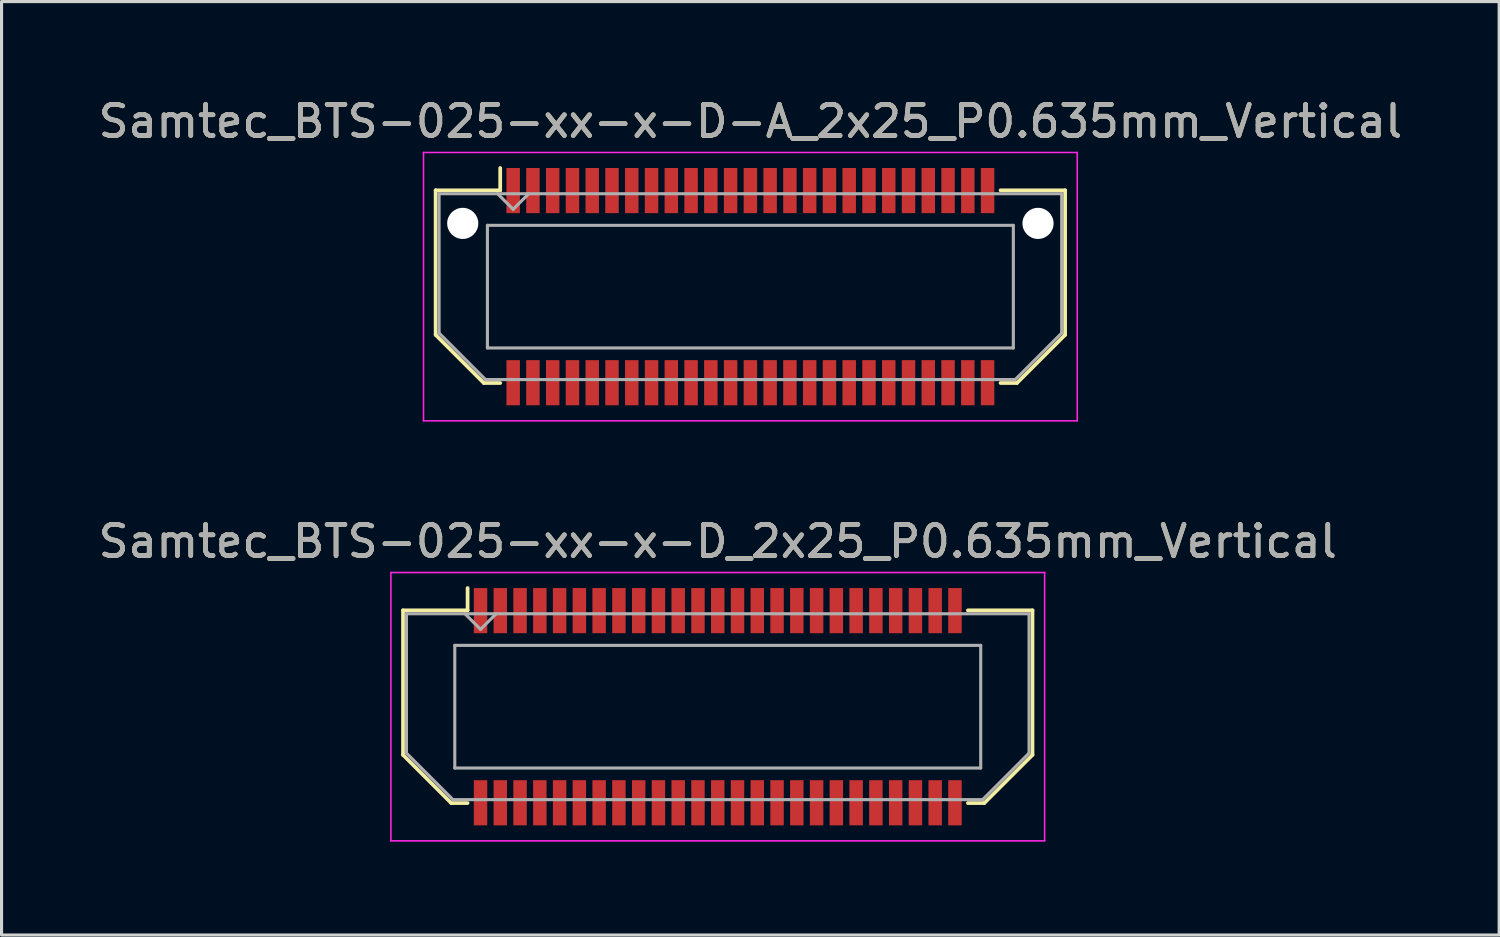
<source format=kicad_pcb>
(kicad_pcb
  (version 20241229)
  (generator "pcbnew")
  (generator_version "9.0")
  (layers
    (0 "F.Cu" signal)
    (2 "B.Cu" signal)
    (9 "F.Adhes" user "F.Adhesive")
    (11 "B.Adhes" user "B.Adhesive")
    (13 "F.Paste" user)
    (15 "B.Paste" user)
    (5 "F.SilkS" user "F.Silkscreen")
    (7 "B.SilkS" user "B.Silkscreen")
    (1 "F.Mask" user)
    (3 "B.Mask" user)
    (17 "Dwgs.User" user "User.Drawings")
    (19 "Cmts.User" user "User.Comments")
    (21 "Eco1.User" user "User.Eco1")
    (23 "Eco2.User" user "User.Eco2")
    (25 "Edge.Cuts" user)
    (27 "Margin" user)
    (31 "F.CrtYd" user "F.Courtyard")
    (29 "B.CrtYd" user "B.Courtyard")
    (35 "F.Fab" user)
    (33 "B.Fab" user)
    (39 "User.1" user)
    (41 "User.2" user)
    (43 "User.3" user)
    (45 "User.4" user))
  (footprint "Samtec_BTS-025-xx-x-D_2x25_P0.635mm_Vertical"
    (layer "F.Cu")
    (at 20.006 19.651)
    (property "Reference" "Samtec_BTS-025-xx-x-D_2x25_P0.635mm_Vertical" (at 0 -5.31 0) (layer "F.SilkS") (effects (font (size 1 1) (thickness 0.15))))
    (attr smd)
    (fp_line (start -10.11 -3.095) (end -10.11 1.548) (stroke (width 0.12) (type solid)) (layer "F.SilkS"))
    (fp_line (start -10.11 1.548) (end -8.562 3.095) (stroke (width 0.12) (type solid)) (layer "F.SilkS"))
    (fp_line (start -8.562 3.095) (end -8.036 3.095) (stroke (width 0.12) (type solid)) (layer "F.SilkS"))
    (fp_line (start -8.036 -3.811) (end -8.036 -3.095) (stroke (width 0.12) (type solid)) (layer "F.SilkS"))
    (fp_line (start -8.036 -3.095) (end -10.11 -3.095) (stroke (width 0.12) (type solid)) (layer "F.SilkS"))
    (fp_line (start 8.036 -3.095) (end 10.11 -3.095) (stroke (width 0.12) (type solid)) (layer "F.SilkS"))
    (fp_line (start 8.562 3.095) (end 8.036 3.095) (stroke (width 0.12) (type solid)) (layer "F.SilkS"))
    (fp_line (start 10.11 -3.095) (end 10.11 1.548) (stroke (width 0.12) (type solid)) (layer "F.SilkS"))
    (fp_line (start 10.11 1.548) (end 8.562 3.095) (stroke (width 0.12) (type solid)) (layer "F.SilkS"))
    (fp_line (start -10.5 -4.31) (end -10.5 4.31) (stroke (width 0.05) (type solid)) (layer "F.CrtYd"))
    (fp_line (start -10.5 4.31) (end 10.5 4.31) (stroke (width 0.05) (type solid)) (layer "F.CrtYd"))
    (fp_line (start 10.5 -4.31) (end -10.5 -4.31) (stroke (width 0.05) (type solid)) (layer "F.CrtYd"))
    (fp_line (start 10.5 4.31) (end 10.5 -4.31) (stroke (width 0.05) (type solid)) (layer "F.CrtYd"))
    (fp_line (start -10 -2.985) (end -10 1.492) (stroke (width 0.1) (type solid)) (layer "F.Fab"))
    (fp_line (start -10 -2.985) (end 10 -2.985) (stroke (width 0.1) (type solid)) (layer "F.Fab"))
    (fp_line (start -10 1.492) (end -8.508 2.985) (stroke (width 0.1) (type solid)) (layer "F.Fab"))
    (fp_line (start -8.508 2.985) (end 8.508 2.985) (stroke (width 0.1) (type solid)) (layer "F.Fab"))
    (fp_line (start -8.447 -1.97) (end -8.447 1.97) (stroke (width 0.1) (type solid)) (layer "F.Fab"))
    (fp_line (start -8.447 1.97) (end 8.447 1.97) (stroke (width 0.1) (type solid)) (layer "F.Fab"))
    (fp_line (start -7.62 -2.485) (end -8.12 -2.985) (stroke (width 0.1) (type solid)) (layer "F.Fab"))
    (fp_line (start -7.12 -2.985) (end -7.62 -2.485) (stroke (width 0.1) (type solid)) (layer "F.Fab"))
    (fp_line (start 8.447 -1.97) (end -8.447 -1.97) (stroke (width 0.1) (type solid)) (layer "F.Fab"))
    (fp_line (start 8.447 1.97) (end 8.447 -1.97) (stroke (width 0.1) (type solid)) (layer "F.Fab"))
    (fp_line (start 10 -2.985) (end 10 1.492) (stroke (width 0.1) (type solid)) (layer "F.Fab"))
    (fp_line (start 10 1.492) (end 8.508 2.985) (stroke (width 0.1) (type solid)) (layer "F.Fab"))
    (fp_text user "${REFERENCE}" (at 0 -5.31 0) (layer "F.Fab") (effects (font (size 1 1) (thickness 0.15))))
    (pad "1" smd rect (at -7.62 -3.086) (size 0.432 1.45) (layers "F.Cu" "F.Mask" "F.Paste"))
    (pad "2" smd rect (at -7.62 3.086) (size 0.432 1.45) (layers "F.Cu" "F.Mask" "F.Paste"))
    (pad "3" smd rect (at -6.985 -3.086) (size 0.432 1.45) (layers "F.Cu" "F.Mask" "F.Paste"))
    (pad "4" smd rect (at -6.985 3.086) (size 0.432 1.45) (layers "F.Cu" "F.Mask" "F.Paste"))
    (pad "5" smd rect (at -6.35 -3.086) (size 0.432 1.45) (layers "F.Cu" "F.Mask" "F.Paste"))
    (pad "6" smd rect (at -6.35 3.086) (size 0.432 1.45) (layers "F.Cu" "F.Mask" "F.Paste"))
    (pad "7" smd rect (at -5.715 -3.086) (size 0.432 1.45) (layers "F.Cu" "F.Mask" "F.Paste"))
    (pad "8" smd rect (at -5.715 3.086) (size 0.432 1.45) (layers "F.Cu" "F.Mask" "F.Paste"))
    (pad "9" smd rect (at -5.08 -3.086) (size 0.432 1.45) (layers "F.Cu" "F.Mask" "F.Paste"))
    (pad "10" smd rect (at -5.08 3.086) (size 0.432 1.45) (layers "F.Cu" "F.Mask" "F.Paste"))
    (pad "11" smd rect (at -4.445 -3.086) (size 0.432 1.45) (layers "F.Cu" "F.Mask" "F.Paste"))
    (pad "12" smd rect (at -4.445 3.086) (size 0.432 1.45) (layers "F.Cu" "F.Mask" "F.Paste"))
    (pad "13" smd rect (at -3.81 -3.086) (size 0.432 1.45) (layers "F.Cu" "F.Mask" "F.Paste"))
    (pad "14" smd rect (at -3.81 3.086) (size 0.432 1.45) (layers "F.Cu" "F.Mask" "F.Paste"))
    (pad "15" smd rect (at -3.175 -3.086) (size 0.432 1.45) (layers "F.Cu" "F.Mask" "F.Paste"))
    (pad "16" smd rect (at -3.175 3.086) (size 0.432 1.45) (layers "F.Cu" "F.Mask" "F.Paste"))
    (pad "17" smd rect (at -2.54 -3.086) (size 0.432 1.45) (layers "F.Cu" "F.Mask" "F.Paste"))
    (pad "18" smd rect (at -2.54 3.086) (size 0.432 1.45) (layers "F.Cu" "F.Mask" "F.Paste"))
    (pad "19" smd rect (at -1.905 -3.086) (size 0.432 1.45) (layers "F.Cu" "F.Mask" "F.Paste"))
    (pad "20" smd rect (at -1.905 3.086) (size 0.432 1.45) (layers "F.Cu" "F.Mask" "F.Paste"))
    (pad "21" smd rect (at -1.27 -3.086) (size 0.432 1.45) (layers "F.Cu" "F.Mask" "F.Paste"))
    (pad "22" smd rect (at -1.27 3.086) (size 0.432 1.45) (layers "F.Cu" "F.Mask" "F.Paste"))
    (pad "23" smd rect (at -0.635 -3.086) (size 0.432 1.45) (layers "F.Cu" "F.Mask" "F.Paste"))
    (pad "24" smd rect (at -0.635 3.086) (size 0.432 1.45) (layers "F.Cu" "F.Mask" "F.Paste"))
    (pad "25" smd rect (at 0 -3.086) (size 0.432 1.45) (layers "F.Cu" "F.Mask" "F.Paste"))
    (pad "26" smd rect (at 0 3.086) (size 0.432 1.45) (layers "F.Cu" "F.Mask" "F.Paste"))
    (pad "27" smd rect (at 0.635 -3.086) (size 0.432 1.45) (layers "F.Cu" "F.Mask" "F.Paste"))
    (pad "28" smd rect (at 0.635 3.086) (size 0.432 1.45) (layers "F.Cu" "F.Mask" "F.Paste"))
    (pad "29" smd rect (at 1.27 -3.086) (size 0.432 1.45) (layers "F.Cu" "F.Mask" "F.Paste"))
    (pad "30" smd rect (at 1.27 3.086) (size 0.432 1.45) (layers "F.Cu" "F.Mask" "F.Paste"))
    (pad "31" smd rect (at 1.905 -3.086) (size 0.432 1.45) (layers "F.Cu" "F.Mask" "F.Paste"))
    (pad "32" smd rect (at 1.905 3.086) (size 0.432 1.45) (layers "F.Cu" "F.Mask" "F.Paste"))
    (pad "33" smd rect (at 2.54 -3.086) (size 0.432 1.45) (layers "F.Cu" "F.Mask" "F.Paste"))
    (pad "34" smd rect (at 2.54 3.086) (size 0.432 1.45) (layers "F.Cu" "F.Mask" "F.Paste"))
    (pad "35" smd rect (at 3.175 -3.086) (size 0.432 1.45) (layers "F.Cu" "F.Mask" "F.Paste"))
    (pad "36" smd rect (at 3.175 3.086) (size 0.432 1.45) (layers "F.Cu" "F.Mask" "F.Paste"))
    (pad "37" smd rect (at 3.81 -3.086) (size 0.432 1.45) (layers "F.Cu" "F.Mask" "F.Paste"))
    (pad "38" smd rect (at 3.81 3.086) (size 0.432 1.45) (layers "F.Cu" "F.Mask" "F.Paste"))
    (pad "39" smd rect (at 4.445 -3.086) (size 0.432 1.45) (layers "F.Cu" "F.Mask" "F.Paste"))
    (pad "40" smd rect (at 4.445 3.086) (size 0.432 1.45) (layers "F.Cu" "F.Mask" "F.Paste"))
    (pad "41" smd rect (at 5.08 -3.086) (size 0.432 1.45) (layers "F.Cu" "F.Mask" "F.Paste"))
    (pad "42" smd rect (at 5.08 3.086) (size 0.432 1.45) (layers "F.Cu" "F.Mask" "F.Paste"))
    (pad "43" smd rect (at 5.715 -3.086) (size 0.432 1.45) (layers "F.Cu" "F.Mask" "F.Paste"))
    (pad "44" smd rect (at 5.715 3.086) (size 0.432 1.45) (layers "F.Cu" "F.Mask" "F.Paste"))
    (pad "45" smd rect (at 6.35 -3.086) (size 0.432 1.45) (layers "F.Cu" "F.Mask" "F.Paste"))
    (pad "46" smd rect (at 6.35 3.086) (size 0.432 1.45) (layers "F.Cu" "F.Mask" "F.Paste"))
    (pad "47" smd rect (at 6.985 -3.086) (size 0.432 1.45) (layers "F.Cu" "F.Mask" "F.Paste"))
    (pad "48" smd rect (at 6.985 3.086) (size 0.432 1.45) (layers "F.Cu" "F.Mask" "F.Paste"))
    (pad "49" smd rect (at 7.62 -3.086) (size 0.432 1.45) (layers "F.Cu" "F.Mask" "F.Paste"))
    (pad "50" smd rect (at 7.62 3.086) (size 0.432 1.45) (layers "F.Cu" "F.Mask" "F.Paste")))
  (footprint "Samtec_BTS-025-xx-x-D-A_2x25_P0.635mm_Vertical"
    (layer "F.Cu")
    (at 21.054 6.158)
    (property "Reference" "Samtec_BTS-025-xx-x-D-A_2x25_P0.635mm_Vertical" (at 0 -5.31 0) (layer "F.SilkS") (effects (font (size 1 1) (thickness 0.15))))
    (attr smd)
    (fp_line (start -10.11 -3.095) (end -10.11 1.548) (stroke (width 0.12) (type solid)) (layer "F.SilkS"))
    (fp_line (start -10.11 1.548) (end -8.562 3.095) (stroke (width 0.12) (type solid)) (layer "F.SilkS"))
    (fp_line (start -8.562 3.095) (end -8.036 3.095) (stroke (width 0.12) (type solid)) (layer "F.SilkS"))
    (fp_line (start -8.036 -3.811) (end -8.036 -3.095) (stroke (width 0.12) (type solid)) (layer "F.SilkS"))
    (fp_line (start -8.036 -3.095) (end -10.11 -3.095) (stroke (width 0.12) (type solid)) (layer "F.SilkS"))
    (fp_line (start 8.036 -3.095) (end 10.11 -3.095) (stroke (width 0.12) (type solid)) (layer "F.SilkS"))
    (fp_line (start 8.562 3.095) (end 8.036 3.095) (stroke (width 0.12) (type solid)) (layer "F.SilkS"))
    (fp_line (start 10.11 -3.095) (end 10.11 1.548) (stroke (width 0.12) (type solid)) (layer "F.SilkS"))
    (fp_line (start 10.11 1.548) (end 8.562 3.095) (stroke (width 0.12) (type solid)) (layer "F.SilkS"))
    (fp_line (start -10.5 -4.31) (end -10.5 4.31) (stroke (width 0.05) (type solid)) (layer "F.CrtYd"))
    (fp_line (start -10.5 4.31) (end 10.5 4.31) (stroke (width 0.05) (type solid)) (layer "F.CrtYd"))
    (fp_line (start 10.5 -4.31) (end -10.5 -4.31) (stroke (width 0.05) (type solid)) (layer "F.CrtYd"))
    (fp_line (start 10.5 4.31) (end 10.5 -4.31) (stroke (width 0.05) (type solid)) (layer "F.CrtYd"))
    (fp_line (start -10 -2.985) (end -10 1.492) (stroke (width 0.1) (type solid)) (layer "F.Fab"))
    (fp_line (start -10 -2.985) (end 10 -2.985) (stroke (width 0.1) (type solid)) (layer "F.Fab"))
    (fp_line (start -10 1.492) (end -8.508 2.985) (stroke (width 0.1) (type solid)) (layer "F.Fab"))
    (fp_line (start -8.508 2.985) (end 8.508 2.985) (stroke (width 0.1) (type solid)) (layer "F.Fab"))
    (fp_line (start -8.447 -1.97) (end -8.447 1.97) (stroke (width 0.1) (type solid)) (layer "F.Fab"))
    (fp_line (start -8.447 1.97) (end 8.447 1.97) (stroke (width 0.1) (type solid)) (layer "F.Fab"))
    (fp_line (start -7.62 -2.485) (end -8.12 -2.985) (stroke (width 0.1) (type solid)) (layer "F.Fab"))
    (fp_line (start -7.12 -2.985) (end -7.62 -2.485) (stroke (width 0.1) (type solid)) (layer "F.Fab"))
    (fp_line (start 8.447 -1.97) (end -8.447 -1.97) (stroke (width 0.1) (type solid)) (layer "F.Fab"))
    (fp_line (start 8.447 1.97) (end 8.447 -1.97) (stroke (width 0.1) (type solid)) (layer "F.Fab"))
    (fp_line (start 10 -2.985) (end 10 1.492) (stroke (width 0.1) (type solid)) (layer "F.Fab"))
    (fp_line (start 10 1.492) (end 8.508 2.985) (stroke (width 0.1) (type solid)) (layer "F.Fab"))
    (fp_text user "${REFERENCE}" (at 0 -5.31 0) (layer "F.Fab") (effects (font (size 1 1) (thickness 0.15))))
    (pad "" np_thru_hole circle (at -9.24 -2.032) (size 1 1) (drill 1) (layers "*.Cu" "*.Mask"))
    (pad "" np_thru_hole circle (at 9.24 -2.032) (size 1 1) (drill 1) (layers "*.Cu" "*.Mask"))
    (pad "1" smd rect (at -7.62 -3.086) (size 0.432 1.45) (layers "F.Cu" "F.Mask" "F.Paste"))
    (pad "2" smd rect (at -7.62 3.086) (size 0.432 1.45) (layers "F.Cu" "F.Mask" "F.Paste"))
    (pad "3" smd rect (at -6.985 -3.086) (size 0.432 1.45) (layers "F.Cu" "F.Mask" "F.Paste"))
    (pad "4" smd rect (at -6.985 3.086) (size 0.432 1.45) (layers "F.Cu" "F.Mask" "F.Paste"))
    (pad "5" smd rect (at -6.35 -3.086) (size 0.432 1.45) (layers "F.Cu" "F.Mask" "F.Paste"))
    (pad "6" smd rect (at -6.35 3.086) (size 0.432 1.45) (layers "F.Cu" "F.Mask" "F.Paste"))
    (pad "7" smd rect (at -5.715 -3.086) (size 0.432 1.45) (layers "F.Cu" "F.Mask" "F.Paste"))
    (pad "8" smd rect (at -5.715 3.086) (size 0.432 1.45) (layers "F.Cu" "F.Mask" "F.Paste"))
    (pad "9" smd rect (at -5.08 -3.086) (size 0.432 1.45) (layers "F.Cu" "F.Mask" "F.Paste"))
    (pad "10" smd rect (at -5.08 3.086) (size 0.432 1.45) (layers "F.Cu" "F.Mask" "F.Paste"))
    (pad "11" smd rect (at -4.445 -3.086) (size 0.432 1.45) (layers "F.Cu" "F.Mask" "F.Paste"))
    (pad "12" smd rect (at -4.445 3.086) (size 0.432 1.45) (layers "F.Cu" "F.Mask" "F.Paste"))
    (pad "13" smd rect (at -3.81 -3.086) (size 0.432 1.45) (layers "F.Cu" "F.Mask" "F.Paste"))
    (pad "14" smd rect (at -3.81 3.086) (size 0.432 1.45) (layers "F.Cu" "F.Mask" "F.Paste"))
    (pad "15" smd rect (at -3.175 -3.086) (size 0.432 1.45) (layers "F.Cu" "F.Mask" "F.Paste"))
    (pad "16" smd rect (at -3.175 3.086) (size 0.432 1.45) (layers "F.Cu" "F.Mask" "F.Paste"))
    (pad "17" smd rect (at -2.54 -3.086) (size 0.432 1.45) (layers "F.Cu" "F.Mask" "F.Paste"))
    (pad "18" smd rect (at -2.54 3.086) (size 0.432 1.45) (layers "F.Cu" "F.Mask" "F.Paste"))
    (pad "19" smd rect (at -1.905 -3.086) (size 0.432 1.45) (layers "F.Cu" "F.Mask" "F.Paste"))
    (pad "20" smd rect (at -1.905 3.086) (size 0.432 1.45) (layers "F.Cu" "F.Mask" "F.Paste"))
    (pad "21" smd rect (at -1.27 -3.086) (size 0.432 1.45) (layers "F.Cu" "F.Mask" "F.Paste"))
    (pad "22" smd rect (at -1.27 3.086) (size 0.432 1.45) (layers "F.Cu" "F.Mask" "F.Paste"))
    (pad "23" smd rect (at -0.635 -3.086) (size 0.432 1.45) (layers "F.Cu" "F.Mask" "F.Paste"))
    (pad "24" smd rect (at -0.635 3.086) (size 0.432 1.45) (layers "F.Cu" "F.Mask" "F.Paste"))
    (pad "25" smd rect (at 0 -3.086) (size 0.432 1.45) (layers "F.Cu" "F.Mask" "F.Paste"))
    (pad "26" smd rect (at 0 3.086) (size 0.432 1.45) (layers "F.Cu" "F.Mask" "F.Paste"))
    (pad "27" smd rect (at 0.635 -3.086) (size 0.432 1.45) (layers "F.Cu" "F.Mask" "F.Paste"))
    (pad "28" smd rect (at 0.635 3.086) (size 0.432 1.45) (layers "F.Cu" "F.Mask" "F.Paste"))
    (pad "29" smd rect (at 1.27 -3.086) (size 0.432 1.45) (layers "F.Cu" "F.Mask" "F.Paste"))
    (pad "30" smd rect (at 1.27 3.086) (size 0.432 1.45) (layers "F.Cu" "F.Mask" "F.Paste"))
    (pad "31" smd rect (at 1.905 -3.086) (size 0.432 1.45) (layers "F.Cu" "F.Mask" "F.Paste"))
    (pad "32" smd rect (at 1.905 3.086) (size 0.432 1.45) (layers "F.Cu" "F.Mask" "F.Paste"))
    (pad "33" smd rect (at 2.54 -3.086) (size 0.432 1.45) (layers "F.Cu" "F.Mask" "F.Paste"))
    (pad "34" smd rect (at 2.54 3.086) (size 0.432 1.45) (layers "F.Cu" "F.Mask" "F.Paste"))
    (pad "35" smd rect (at 3.175 -3.086) (size 0.432 1.45) (layers "F.Cu" "F.Mask" "F.Paste"))
    (pad "36" smd rect (at 3.175 3.086) (size 0.432 1.45) (layers "F.Cu" "F.Mask" "F.Paste"))
    (pad "37" smd rect (at 3.81 -3.086) (size 0.432 1.45) (layers "F.Cu" "F.Mask" "F.Paste"))
    (pad "38" smd rect (at 3.81 3.086) (size 0.432 1.45) (layers "F.Cu" "F.Mask" "F.Paste"))
    (pad "39" smd rect (at 4.445 -3.086) (size 0.432 1.45) (layers "F.Cu" "F.Mask" "F.Paste"))
    (pad "40" smd rect (at 4.445 3.086) (size 0.432 1.45) (layers "F.Cu" "F.Mask" "F.Paste"))
    (pad "41" smd rect (at 5.08 -3.086) (size 0.432 1.45) (layers "F.Cu" "F.Mask" "F.Paste"))
    (pad "42" smd rect (at 5.08 3.086) (size 0.432 1.45) (layers "F.Cu" "F.Mask" "F.Paste"))
    (pad "43" smd rect (at 5.715 -3.086) (size 0.432 1.45) (layers "F.Cu" "F.Mask" "F.Paste"))
    (pad "44" smd rect (at 5.715 3.086) (size 0.432 1.45) (layers "F.Cu" "F.Mask" "F.Paste"))
    (pad "45" smd rect (at 6.35 -3.086) (size 0.432 1.45) (layers "F.Cu" "F.Mask" "F.Paste"))
    (pad "46" smd rect (at 6.35 3.086) (size 0.432 1.45) (layers "F.Cu" "F.Mask" "F.Paste"))
    (pad "47" smd rect (at 6.985 -3.086) (size 0.432 1.45) (layers "F.Cu" "F.Mask" "F.Paste"))
    (pad "48" smd rect (at 6.985 3.086) (size 0.432 1.45) (layers "F.Cu" "F.Mask" "F.Paste"))
    (pad "49" smd rect (at 7.62 -3.086) (size 0.432 1.45) (layers "F.Cu" "F.Mask" "F.Paste"))
    (pad "50" smd rect (at 7.62 3.086) (size 0.432 1.45) (layers "F.Cu" "F.Mask" "F.Paste")))
  (gr_rect
    (start -3 -3)
    (end 45.107 26.986)
    (stroke (width 0.1) (type default))
    (fill no)
    (layer "Edge.Cuts")))
</source>
